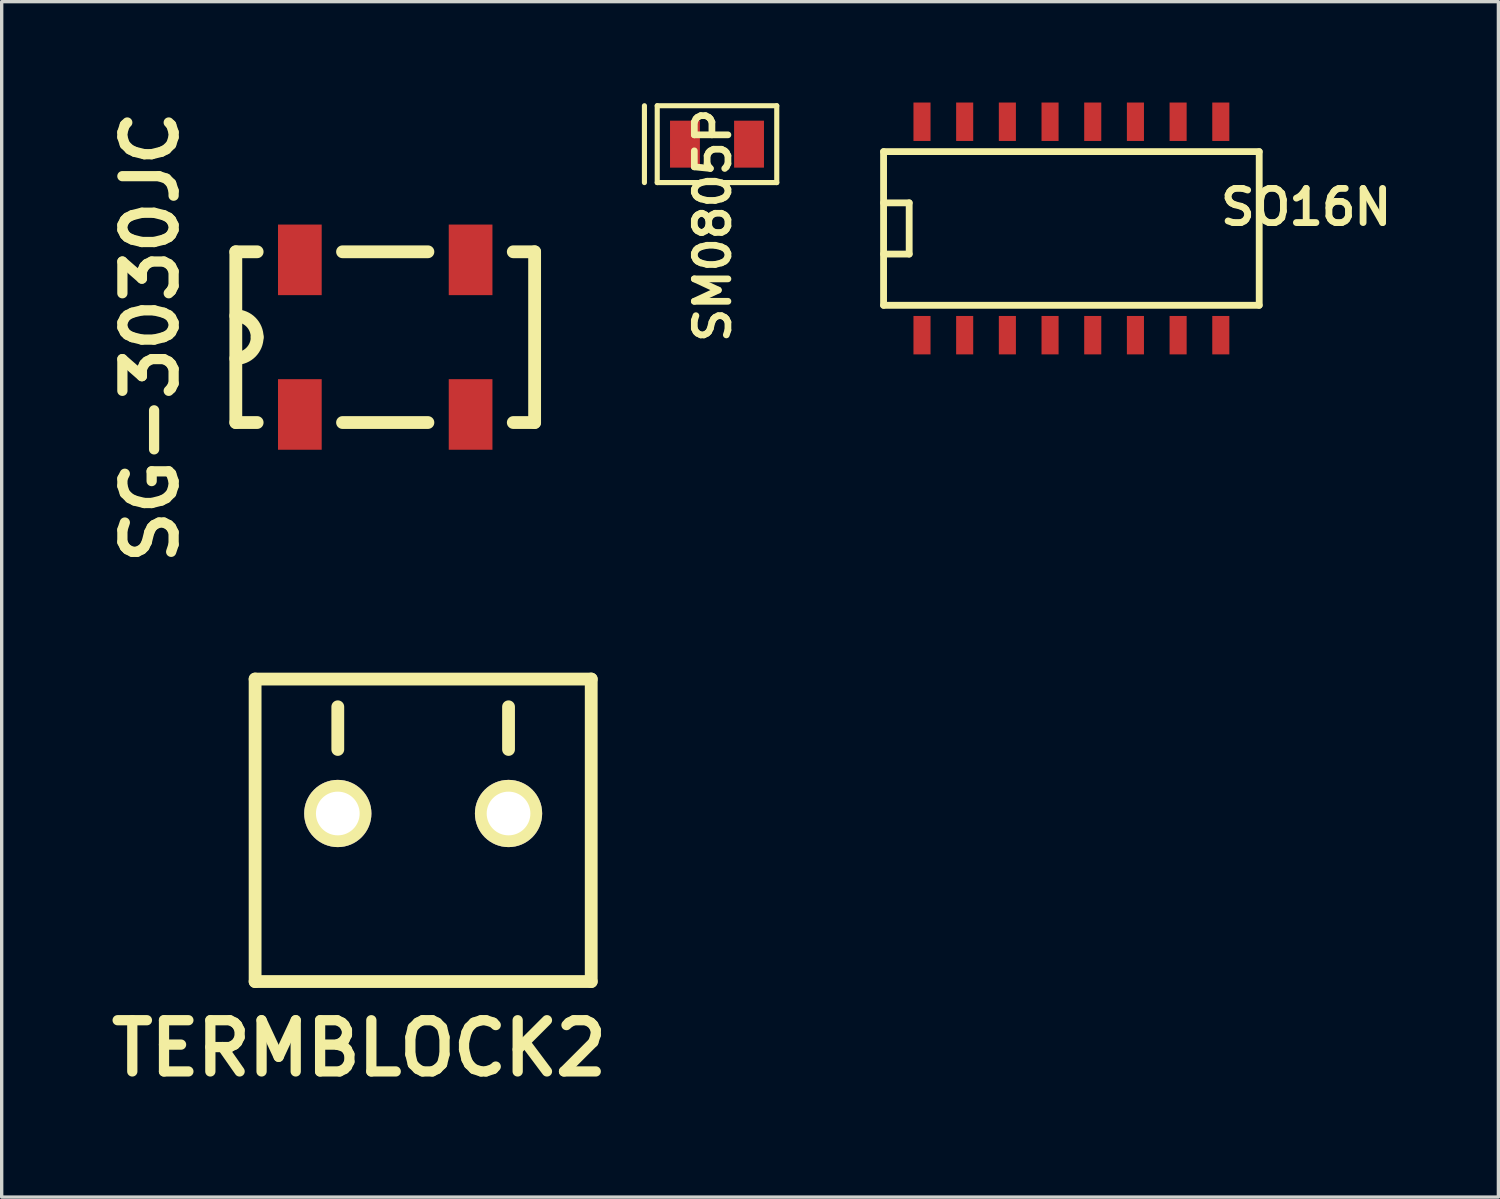
<source format=kicad_pcb>
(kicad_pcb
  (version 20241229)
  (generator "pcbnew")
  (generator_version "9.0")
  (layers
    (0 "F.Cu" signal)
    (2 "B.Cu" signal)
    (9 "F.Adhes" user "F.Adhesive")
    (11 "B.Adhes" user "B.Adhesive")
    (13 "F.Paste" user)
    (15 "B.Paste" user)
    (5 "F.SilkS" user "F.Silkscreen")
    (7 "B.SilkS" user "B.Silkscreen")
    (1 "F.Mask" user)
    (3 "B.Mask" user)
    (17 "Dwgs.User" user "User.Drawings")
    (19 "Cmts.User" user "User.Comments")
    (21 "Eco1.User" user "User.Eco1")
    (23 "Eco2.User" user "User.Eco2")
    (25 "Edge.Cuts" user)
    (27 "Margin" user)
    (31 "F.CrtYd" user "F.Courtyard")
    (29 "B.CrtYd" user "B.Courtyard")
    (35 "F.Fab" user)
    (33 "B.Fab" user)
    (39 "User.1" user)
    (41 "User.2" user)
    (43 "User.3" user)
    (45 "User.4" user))
  (footprint "TERMBLOCK2"
    (layer "F.Cu")
    (at 9.54 21.153)
    (property "Reference" "TERMBLOCK2" (at -1.905 6.985 0) (layer "F.SilkS") (effects (font (size 1.524 1.524) (thickness 0.305))))
    (attr through_hole)
    (fp_line (start -5 -4) (end -5 5) (stroke (width 0.381) (type solid)) (layer "F.SilkS"))
    (fp_line (start -5 -4) (end 5 -4) (stroke (width 0.381) (type solid)) (layer "F.SilkS"))
    (fp_line (start -5 5) (end 5 5) (stroke (width 0.381) (type solid)) (layer "F.SilkS"))
    (fp_line (start -2.54 -3.175) (end -2.54 -1.905) (stroke (width 0.381) (type solid)) (layer "F.SilkS"))
    (fp_line (start 2.54 -3.175) (end 2.54 -1.905) (stroke (width 0.381) (type solid)) (layer "F.SilkS"))
    (fp_line (start 5 -4) (end 5 5) (stroke (width 0.381) (type solid)) (layer "F.SilkS"))
    (pad "1" thru_hole circle (at -2.54 0) (size 2 2) (drill 1.3) (layers "*.Cu" "*.Mask" "F.SilkS"))
    (pad "2" thru_hole circle (at 2.54 0) (size 2 2) (drill 1.3) (layers "*.Cu" "*.Mask" "F.SilkS")))
  (footprint "SO16N"
    (layer "F.Cu")
    (at 28.826 3.747)
    (property "Reference" "SO16N" (at 6.985 -0.635 0) (layer "F.SilkS") (effects (font (size 1.016 1.016) (thickness 0.203))))
    (attr smd)
    (fp_line (start -5.588 -2.286) (end 5.588 -2.286) (stroke (width 0.203) (type solid)) (layer "F.SilkS"))
    (fp_line (start -5.588 -0.762) (end -4.826 -0.762) (stroke (width 0.203) (type solid)) (layer "F.SilkS"))
    (fp_line (start -5.588 2.286) (end -5.588 -2.286) (stroke (width 0.203) (type solid)) (layer "F.SilkS"))
    (fp_line (start -4.826 -0.762) (end -4.826 0.762) (stroke (width 0.203) (type solid)) (layer "F.SilkS"))
    (fp_line (start -4.826 0.762) (end -5.588 0.762) (stroke (width 0.203) (type solid)) (layer "F.SilkS"))
    (fp_line (start 5.588 -2.286) (end 5.588 2.286) (stroke (width 0.203) (type solid)) (layer "F.SilkS"))
    (fp_line (start 5.588 2.286) (end -5.588 2.286) (stroke (width 0.203) (type solid)) (layer "F.SilkS"))
    (pad "1" smd rect (at -4.445 3.175) (size 0.508 1.143) (layers "F.Cu" "F.Mask" "F.Paste"))
    (pad "2" smd rect (at -3.175 3.175) (size 0.508 1.143) (layers "F.Cu" "F.Mask" "F.Paste"))
    (pad "3" smd rect (at -1.905 3.175) (size 0.508 1.143) (layers "F.Cu" "F.Mask" "F.Paste"))
    (pad "4" smd rect (at -0.635 3.175) (size 0.508 1.143) (layers "F.Cu" "F.Mask" "F.Paste"))
    (pad "5" smd rect (at 0.635 3.175) (size 0.508 1.143) (layers "F.Cu" "F.Mask" "F.Paste"))
    (pad "6" smd rect (at 1.905 3.175) (size 0.508 1.143) (layers "F.Cu" "F.Mask" "F.Paste"))
    (pad "7" smd rect (at 3.175 3.175) (size 0.508 1.143) (layers "F.Cu" "F.Mask" "F.Paste"))
    (pad "8" smd rect (at 4.445 3.175) (size 0.508 1.143) (layers "F.Cu" "F.Mask" "F.Paste"))
    (pad "9" smd rect (at 4.445 -3.175) (size 0.508 1.143) (layers "F.Cu" "F.Mask" "F.Paste"))
    (pad "10" smd rect (at 3.175 -3.175) (size 0.508 1.143) (layers "F.Cu" "F.Mask" "F.Paste"))
    (pad "11" smd rect (at 1.905 -3.175) (size 0.508 1.143) (layers "F.Cu" "F.Mask" "F.Paste"))
    (pad "12" smd rect (at 0.635 -3.175) (size 0.508 1.143) (layers "F.Cu" "F.Mask" "F.Paste"))
    (pad "13" smd rect (at -0.635 -3.175) (size 0.508 1.143) (layers "F.Cu" "F.Mask" "F.Paste"))
    (pad "14" smd rect (at -1.905 -3.175) (size 0.508 1.143) (layers "F.Cu" "F.Mask" "F.Paste"))
    (pad "15" smd rect (at -3.175 -3.175) (size 0.508 1.143) (layers "F.Cu" "F.Mask" "F.Paste"))
    (pad "16" smd rect (at -4.445 -3.175) (size 0.508 1.143) (layers "F.Cu" "F.Mask" "F.Paste")))
  (footprint "SM0805P"
    (layer "F.Cu")
    (at 18.282 1.239)
    (property "Reference" "SM0805P" (at -0.127 2.413 90) (layer "F.SilkS") (effects (font (size 1 1) (thickness 0.2))))
    (attr smd)
    (fp_line (start -2.159 -1.143) (end -2.159 1.143) (stroke (width 0.152) (type solid)) (layer "F.SilkS"))
    (fp_line (start -1.778 -1.143) (end 1.778 -1.143) (stroke (width 0.152) (type solid)) (layer "F.SilkS"))
    (fp_line (start -1.778 1.143) (end -1.778 -1.143) (stroke (width 0.152) (type solid)) (layer "F.SilkS"))
    (fp_line (start 1.778 -1.143) (end 1.778 1.143) (stroke (width 0.152) (type solid)) (layer "F.SilkS"))
    (fp_line (start 1.778 1.143) (end -1.778 1.143) (stroke (width 0.152) (type solid)) (layer "F.SilkS"))
    (pad "1" smd rect (at -0.953 0) (size 0.889 1.397) (layers "F.Cu" "F.Mask" "F.Paste"))
    (pad "2" smd rect (at 0.953 0) (size 0.889 1.397) (layers "F.Cu" "F.Mask" "F.Paste")))
  (footprint "SG-3030JC"
    (layer "F.Cu")
    (at 8.411 6.981)
    (property "Reference" "SG-3030JC" (at -6.985 0 90) (layer "F.SilkS") (effects (font (size 1.524 1.524) (thickness 0.305))))
    (attr through_hole)
    (fp_line (start -4.445 -2.54) (end -4.445 2.54) (stroke (width 0.381) (type solid)) (layer "F.SilkS"))
    (fp_line (start -4.445 2.54) (end -3.81 2.54) (stroke (width 0.381) (type solid)) (layer "F.SilkS"))
    (fp_line (start -3.81 -2.54) (end -4.445 -2.54) (stroke (width 0.381) (type solid)) (layer "F.SilkS"))
    (fp_line (start -1.27 -2.54) (end 1.27 -2.54) (stroke (width 0.381) (type solid)) (layer "F.SilkS"))
    (fp_line (start -1.27 2.54) (end 1.27 2.54) (stroke (width 0.381) (type solid)) (layer "F.SilkS"))
    (fp_line (start 3.81 -2.54) (end 4.445 -2.54) (stroke (width 0.381) (type solid)) (layer "F.SilkS"))
    (fp_line (start 4.445 -2.54) (end 4.445 2.54) (stroke (width 0.381) (type solid)) (layer "F.SilkS"))
    (fp_line (start 4.445 2.54) (end 3.81 2.54) (stroke (width 0.381) (type solid)) (layer "F.SilkS"))
    (fp_arc (start -4.445 -0.635) (mid -3.995987 -0.449013) (end -3.81 0) (stroke (width 0.381) (type solid)) (layer "F.SilkS"))
    (fp_arc (start -3.81 0) (mid -3.995987 0.449013) (end -4.445 0.635) (stroke (width 0.381) (type solid)) (layer "F.SilkS"))
    (pad "1" smd rect (at -2.54 2.3) (size 1.3 2.1) (layers "F.Cu" "F.Mask" "F.Paste"))
    (pad "2" smd rect (at 2.54 2.3) (size 1.3 2.1) (layers "F.Cu" "F.Mask" "F.Paste"))
    (pad "3" smd rect (at 2.54 -2.3) (size 1.3 2.1) (layers "F.Cu" "F.Mask" "F.Paste"))
    (pad "4" smd rect (at -2.54 -2.3) (size 1.3 2.1) (layers "F.Cu" "F.Mask" "F.Paste")))
  (gr_rect
    (start -3 -3)
    (end 41.53 32.565)
    (stroke (width 0.1) (type default))
    (fill no)
    (layer "Edge.Cuts")))
</source>
